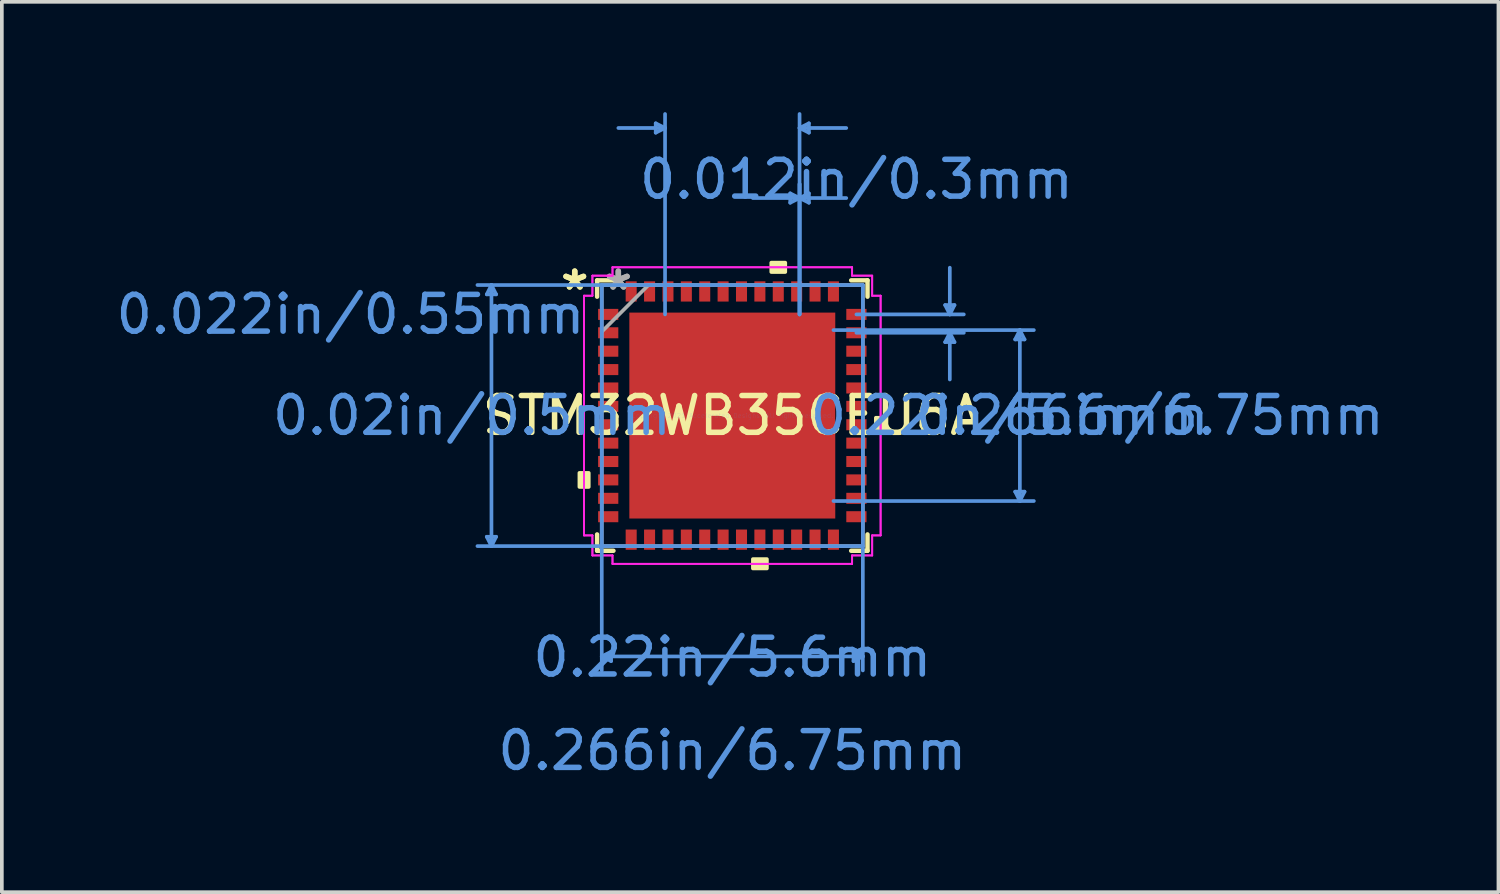
<source format=kicad_pcb>
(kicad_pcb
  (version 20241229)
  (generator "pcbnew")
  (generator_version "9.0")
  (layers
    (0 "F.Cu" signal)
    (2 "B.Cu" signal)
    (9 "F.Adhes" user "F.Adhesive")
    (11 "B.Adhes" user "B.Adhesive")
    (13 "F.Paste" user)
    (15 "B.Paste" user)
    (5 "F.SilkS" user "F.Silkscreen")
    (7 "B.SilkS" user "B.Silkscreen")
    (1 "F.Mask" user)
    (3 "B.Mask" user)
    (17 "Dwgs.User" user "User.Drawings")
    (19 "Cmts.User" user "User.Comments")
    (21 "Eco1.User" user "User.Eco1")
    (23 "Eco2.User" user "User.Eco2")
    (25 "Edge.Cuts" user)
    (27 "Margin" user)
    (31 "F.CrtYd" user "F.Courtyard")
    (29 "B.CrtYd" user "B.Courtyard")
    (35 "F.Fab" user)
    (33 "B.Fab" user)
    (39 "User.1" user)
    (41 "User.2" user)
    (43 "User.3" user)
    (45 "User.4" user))
  (footprint "STM32WB35CEU6A"
    (layer "F.Cu")
    (at 16.865 8.251)
    (property "Reference" "STM32WB35CEU6A" (at 0 0 0) (layer "F.SilkS") (effects (font (size 1 1) (thickness 0.15))))
    (attr through_hole)
    (fp_line (start -3.677 -3.677) (end -3.677 -3.232) (stroke (width 0.12) (type solid)) (layer "F.SilkS"))
    (fp_line (start -3.677 3.232) (end -3.677 3.677) (stroke (width 0.12) (type solid)) (layer "F.SilkS"))
    (fp_line (start -3.677 3.677) (end -3.232 3.677) (stroke (width 0.12) (type solid)) (layer "F.SilkS"))
    (fp_line (start -3.232 -3.677) (end -3.677 -3.677) (stroke (width 0.12) (type solid)) (layer "F.SilkS"))
    (fp_line (start 3.232 3.677) (end 3.677 3.677) (stroke (width 0.12) (type solid)) (layer "F.SilkS"))
    (fp_line (start 3.677 -3.677) (end 3.232 -3.677) (stroke (width 0.12) (type solid)) (layer "F.SilkS"))
    (fp_line (start 3.677 -3.232) (end 3.677 -3.677) (stroke (width 0.12) (type solid)) (layer "F.SilkS"))
    (fp_line (start 3.677 3.677) (end 3.677 3.232) (stroke (width 0.12) (type solid)) (layer "F.SilkS"))
    (fp_poly (pts (xy -4.158 1.56) (xy -4.158 1.941) (xy -3.904 1.941) (xy -3.904 1.56)) (stroke (width 0.1) (type solid)) (fill yes) (layer "F.SilkS"))
    (fp_poly (pts (xy 0.56 3.904) (xy 0.56 4.158) (xy 0.941 4.158) (xy 0.941 3.904)) (stroke (width 0.1) (type solid)) (fill yes) (layer "F.SilkS"))
    (fp_poly (pts (xy 1.06 -3.904) (xy 1.06 -4.158) (xy 1.44 -4.158) (xy 1.44 -3.904)) (stroke (width 0.1) (type solid)) (fill yes) (layer "F.SilkS"))
    (fp_poly (pts (xy 4.158 0.06) (xy 4.158 0.441) (xy 3.904 0.441) (xy 3.904 0.06)) (stroke (width 0.1) (type solid)) (fill yes) (layer "F.SilkS"))
    (fp_poly (pts (xy -2.7 -2.7) (xy -2.7 -1.5) (xy -1.5 -1.5) (xy -1.5 -2.7)) (stroke (width 0.1) (type solid)) (fill yes) (layer "F.Paste"))
    (fp_poly (pts (xy -2.7 -1.3) (xy -2.7 -0.1) (xy -1.5 -0.1) (xy -1.5 -1.3)) (stroke (width 0.1) (type solid)) (fill yes) (layer "F.Paste"))
    (fp_poly (pts (xy -2.7 0.1) (xy -2.7 1.3) (xy -1.5 1.3) (xy -1.5 0.1)) (stroke (width 0.1) (type solid)) (fill yes) (layer "F.Paste"))
    (fp_poly (pts (xy -2.7 1.5) (xy -2.7 2.7) (xy -1.5 2.7) (xy -1.5 1.5)) (stroke (width 0.1) (type solid)) (fill yes) (layer "F.Paste"))
    (fp_poly (pts (xy -1.3 -2.7) (xy -1.3 -1.5) (xy -0.1 -1.5) (xy -0.1 -2.7)) (stroke (width 0.1) (type solid)) (fill yes) (layer "F.Paste"))
    (fp_poly (pts (xy -1.3 -1.3) (xy -1.3 -0.1) (xy -0.1 -0.1) (xy -0.1 -1.3)) (stroke (width 0.1) (type solid)) (fill yes) (layer "F.Paste"))
    (fp_poly (pts (xy -1.3 0.1) (xy -1.3 1.3) (xy -0.1 1.3) (xy -0.1 0.1)) (stroke (width 0.1) (type solid)) (fill yes) (layer "F.Paste"))
    (fp_poly (pts (xy -1.3 1.5) (xy -1.3 2.7) (xy -0.1 2.7) (xy -0.1 1.5)) (stroke (width 0.1) (type solid)) (fill yes) (layer "F.Paste"))
    (fp_poly (pts (xy 0.1 -2.7) (xy 0.1 -1.5) (xy 1.3 -1.5) (xy 1.3 -2.7)) (stroke (width 0.1) (type solid)) (fill yes) (layer "F.Paste"))
    (fp_poly (pts (xy 0.1 -1.3) (xy 0.1 -0.1) (xy 1.3 -0.1) (xy 1.3 -1.3)) (stroke (width 0.1) (type solid)) (fill yes) (layer "F.Paste"))
    (fp_poly (pts (xy 0.1 0.1) (xy 0.1 1.3) (xy 1.3 1.3) (xy 1.3 0.1)) (stroke (width 0.1) (type solid)) (fill yes) (layer "F.Paste"))
    (fp_poly (pts (xy 0.1 1.5) (xy 0.1 2.7) (xy 1.3 2.7) (xy 1.3 1.5)) (stroke (width 0.1) (type solid)) (fill yes) (layer "F.Paste"))
    (fp_poly (pts (xy 1.5 -2.7) (xy 1.5 -1.5) (xy 2.7 -1.5) (xy 2.7 -2.7)) (stroke (width 0.1) (type solid)) (fill yes) (layer "F.Paste"))
    (fp_poly (pts (xy 1.5 -1.3) (xy 1.5 -0.1) (xy 2.7 -0.1) (xy 2.7 -1.3)) (stroke (width 0.1) (type solid)) (fill yes) (layer "F.Paste"))
    (fp_poly (pts (xy 1.5 0.1) (xy 1.5 1.3) (xy 2.7 1.3) (xy 2.7 0.1)) (stroke (width 0.1) (type solid)) (fill yes) (layer "F.Paste"))
    (fp_poly (pts (xy 1.5 1.5) (xy 1.5 2.7) (xy 2.7 2.7) (xy 2.7 1.5)) (stroke (width 0.1) (type solid)) (fill yes) (layer "F.Paste"))
    (fp_line (start -6.677 -3.296) (end -6.423 -3.296) (stroke (width 0.1) (type solid)) (layer "Cmts.User"))
    (fp_line (start -6.677 3.296) (end -6.423 3.296) (stroke (width 0.1) (type solid)) (layer "Cmts.User"))
    (fp_line (start -6.55 -3.55) (end -6.677 -3.296) (stroke (width 0.1) (type solid)) (layer "Cmts.User"))
    (fp_line (start -6.55 -3.55) (end -6.55 3.55) (stroke (width 0.1) (type solid)) (layer "Cmts.User"))
    (fp_line (start -6.55 -3.55) (end -6.423 -3.296) (stroke (width 0.1) (type solid)) (layer "Cmts.User"))
    (fp_line (start -6.55 3.55) (end -6.677 3.296) (stroke (width 0.1) (type solid)) (layer "Cmts.User"))
    (fp_line (start -6.55 3.55) (end -6.423 3.296) (stroke (width 0.1) (type solid)) (layer "Cmts.User"))
    (fp_line (start -3.55 -3.55) (end -3.55 6.931) (stroke (width 0.1) (type solid)) (layer "Cmts.User"))
    (fp_line (start -3.55 6.55) (end -3.296 6.423) (stroke (width 0.1) (type solid)) (layer "Cmts.User"))
    (fp_line (start -3.55 6.55) (end -3.296 6.677) (stroke (width 0.1) (type solid)) (layer "Cmts.User"))
    (fp_line (start -3.55 6.55) (end 3.55 6.55) (stroke (width 0.1) (type solid)) (layer "Cmts.User"))
    (fp_line (start -3.296 6.423) (end -3.296 6.677) (stroke (width 0.1) (type solid)) (layer "Cmts.User"))
    (fp_line (start -2.083 -7.947) (end -2.083 -7.693) (stroke (width 0.1) (type solid)) (layer "Cmts.User"))
    (fp_line (start -1.829 -7.82) (end -3.099 -7.82) (stroke (width 0.1) (type solid)) (layer "Cmts.User"))
    (fp_line (start -1.829 -7.82) (end -2.083 -7.947) (stroke (width 0.1) (type solid)) (layer "Cmts.User"))
    (fp_line (start -1.829 -7.82) (end -2.083 -7.693) (stroke (width 0.1) (type solid)) (layer "Cmts.User"))
    (fp_line (start -1.829 -2.751) (end -1.829 -8.201) (stroke (width 0.1) (type solid)) (layer "Cmts.User"))
    (fp_line (start 1.575 -6.042) (end 1.575 -5.788) (stroke (width 0.1) (type solid)) (layer "Cmts.User"))
    (fp_line (start 1.829 -7.82) (end 2.083 -7.947) (stroke (width 0.1) (type solid)) (layer "Cmts.User"))
    (fp_line (start 1.829 -7.82) (end 2.083 -7.693) (stroke (width 0.1) (type solid)) (layer "Cmts.User"))
    (fp_line (start 1.829 -7.82) (end 3.099 -7.82) (stroke (width 0.1) (type solid)) (layer "Cmts.User"))
    (fp_line (start 1.829 -5.915) (end 0.559 -5.915) (stroke (width 0.1) (type solid)) (layer "Cmts.User"))
    (fp_line (start 1.829 -5.915) (end 1.575 -6.042) (stroke (width 0.1) (type solid)) (layer "Cmts.User"))
    (fp_line (start 1.829 -5.915) (end 1.575 -5.788) (stroke (width 0.1) (type solid)) (layer "Cmts.User"))
    (fp_line (start 1.829 -5.915) (end 2.083 -6.042) (stroke (width 0.1) (type solid)) (layer "Cmts.User"))
    (fp_line (start 1.829 -5.915) (end 2.083 -5.788) (stroke (width 0.1) (type solid)) (layer "Cmts.User"))
    (fp_line (start 1.829 -5.915) (end 3.099 -5.915) (stroke (width 0.1) (type solid)) (layer "Cmts.User"))
    (fp_line (start 1.829 -2.751) (end 1.829 -8.201) (stroke (width 0.1) (type solid)) (layer "Cmts.User"))
    (fp_line (start 1.829 -2.751) (end 1.829 -6.296) (stroke (width 0.1) (type solid)) (layer "Cmts.User"))
    (fp_line (start 1.829 -2.751) (end 1.829 -6.296) (stroke (width 0.1) (type solid)) (layer "Cmts.User"))
    (fp_line (start 2.083 -7.947) (end 2.083 -7.693) (stroke (width 0.1) (type solid)) (layer "Cmts.User"))
    (fp_line (start 2.083 -6.042) (end 2.083 -5.788) (stroke (width 0.1) (type solid)) (layer "Cmts.User"))
    (fp_line (start 2.751 -2.324) (end 8.201 -2.324) (stroke (width 0.1) (type solid)) (layer "Cmts.User"))
    (fp_line (start 2.751 2.324) (end 8.201 2.324) (stroke (width 0.1) (type solid)) (layer "Cmts.User"))
    (fp_line (start 3.296 6.423) (end 3.296 6.677) (stroke (width 0.1) (type solid)) (layer "Cmts.User"))
    (fp_line (start 3.375 -2.751) (end 6.296 -2.751) (stroke (width 0.1) (type solid)) (layer "Cmts.User"))
    (fp_line (start 3.375 -2.251) (end 6.296 -2.251) (stroke (width 0.1) (type solid)) (layer "Cmts.User"))
    (fp_line (start 3.55 -3.55) (end -6.931 -3.55) (stroke (width 0.1) (type solid)) (layer "Cmts.User"))
    (fp_line (start 3.55 -3.55) (end 3.55 6.931) (stroke (width 0.1) (type solid)) (layer "Cmts.User"))
    (fp_line (start 3.55 3.55) (end -6.931 3.55) (stroke (width 0.1) (type solid)) (layer "Cmts.User"))
    (fp_line (start 3.55 6.55) (end 3.296 6.423) (stroke (width 0.1) (type solid)) (layer "Cmts.User"))
    (fp_line (start 3.55 6.55) (end 3.296 6.677) (stroke (width 0.1) (type solid)) (layer "Cmts.User"))
    (fp_line (start 5.788 -3.005) (end 6.042 -3.005) (stroke (width 0.1) (type solid)) (layer "Cmts.User"))
    (fp_line (start 5.788 -1.997) (end 6.042 -1.997) (stroke (width 0.1) (type solid)) (layer "Cmts.User"))
    (fp_line (start 5.915 -2.751) (end 5.788 -3.005) (stroke (width 0.1) (type solid)) (layer "Cmts.User"))
    (fp_line (start 5.915 -2.751) (end 5.915 -4.021) (stroke (width 0.1) (type solid)) (layer "Cmts.User"))
    (fp_line (start 5.915 -2.751) (end 6.042 -3.005) (stroke (width 0.1) (type solid)) (layer "Cmts.User"))
    (fp_line (start 5.915 -2.251) (end 5.788 -1.997) (stroke (width 0.1) (type solid)) (layer "Cmts.User"))
    (fp_line (start 5.915 -2.251) (end 5.915 -0.981) (stroke (width 0.1) (type solid)) (layer "Cmts.User"))
    (fp_line (start 5.915 -2.251) (end 6.042 -1.997) (stroke (width 0.1) (type solid)) (layer "Cmts.User"))
    (fp_line (start 7.693 -2.07) (end 7.947 -2.07) (stroke (width 0.1) (type solid)) (layer "Cmts.User"))
    (fp_line (start 7.693 2.07) (end 7.947 2.07) (stroke (width 0.1) (type solid)) (layer "Cmts.User"))
    (fp_line (start 7.82 -2.324) (end 7.693 -2.07) (stroke (width 0.1) (type solid)) (layer "Cmts.User"))
    (fp_line (start 7.82 -2.324) (end 7.82 2.324) (stroke (width 0.1) (type solid)) (layer "Cmts.User"))
    (fp_line (start 7.82 -2.324) (end 7.947 -2.07) (stroke (width 0.1) (type solid)) (layer "Cmts.User"))
    (fp_line (start 7.82 2.324) (end 7.693 2.07) (stroke (width 0.1) (type solid)) (layer "Cmts.User"))
    (fp_line (start 7.82 2.324) (end 7.947 2.07) (stroke (width 0.1) (type solid)) (layer "Cmts.User"))
    (fp_line (start -4.033 -3.259) (end -3.804 -3.259) (stroke (width 0.05) (type solid)) (layer "F.CrtYd"))
    (fp_line (start -4.033 -3.259) (end -3.804 -3.259) (stroke (width 0.05) (type solid)) (layer "F.CrtYd"))
    (fp_line (start -4.033 3.259) (end -4.033 -3.259) (stroke (width 0.05) (type solid)) (layer "F.CrtYd"))
    (fp_line (start -4.033 3.259) (end -4.033 -3.259) (stroke (width 0.05) (type solid)) (layer "F.CrtYd"))
    (fp_line (start -3.804 -3.804) (end -3.258 -3.804) (stroke (width 0.05) (type solid)) (layer "F.CrtYd"))
    (fp_line (start -3.804 -3.804) (end -3.258 -3.804) (stroke (width 0.05) (type solid)) (layer "F.CrtYd"))
    (fp_line (start -3.804 -3.259) (end -3.804 -3.804) (stroke (width 0.05) (type solid)) (layer "F.CrtYd"))
    (fp_line (start -3.804 -3.259) (end -3.804 -3.804) (stroke (width 0.05) (type solid)) (layer "F.CrtYd"))
    (fp_line (start -3.804 3.259) (end -4.033 3.259) (stroke (width 0.05) (type solid)) (layer "F.CrtYd"))
    (fp_line (start -3.804 3.259) (end -4.033 3.259) (stroke (width 0.05) (type solid)) (layer "F.CrtYd"))
    (fp_line (start -3.804 3.804) (end -3.804 3.259) (stroke (width 0.05) (type solid)) (layer "F.CrtYd"))
    (fp_line (start -3.804 3.804) (end -3.804 3.259) (stroke (width 0.05) (type solid)) (layer "F.CrtYd"))
    (fp_line (start -3.258 -4.033) (end 3.258 -4.033) (stroke (width 0.05) (type solid)) (layer "F.CrtYd"))
    (fp_line (start -3.258 -4.033) (end 3.258 -4.033) (stroke (width 0.05) (type solid)) (layer "F.CrtYd"))
    (fp_line (start -3.258 -3.804) (end -3.258 -4.033) (stroke (width 0.05) (type solid)) (layer "F.CrtYd"))
    (fp_line (start -3.258 -3.804) (end -3.258 -4.033) (stroke (width 0.05) (type solid)) (layer "F.CrtYd"))
    (fp_line (start -3.258 3.804) (end -3.804 3.804) (stroke (width 0.05) (type solid)) (layer "F.CrtYd"))
    (fp_line (start -3.258 3.804) (end -3.804 3.804) (stroke (width 0.05) (type solid)) (layer "F.CrtYd"))
    (fp_line (start -3.258 4.033) (end -3.258 3.804) (stroke (width 0.05) (type solid)) (layer "F.CrtYd"))
    (fp_line (start -3.258 4.033) (end -3.258 3.804) (stroke (width 0.05) (type solid)) (layer "F.CrtYd"))
    (fp_line (start 3.258 -4.033) (end 3.258 -3.804) (stroke (width 0.05) (type solid)) (layer "F.CrtYd"))
    (fp_line (start 3.258 -4.033) (end 3.258 -3.804) (stroke (width 0.05) (type solid)) (layer "F.CrtYd"))
    (fp_line (start 3.258 -3.804) (end 3.804 -3.804) (stroke (width 0.05) (type solid)) (layer "F.CrtYd"))
    (fp_line (start 3.258 -3.804) (end 3.804 -3.804) (stroke (width 0.05) (type solid)) (layer "F.CrtYd"))
    (fp_line (start 3.258 3.804) (end 3.258 4.033) (stroke (width 0.05) (type solid)) (layer "F.CrtYd"))
    (fp_line (start 3.258 3.804) (end 3.258 4.033) (stroke (width 0.05) (type solid)) (layer "F.CrtYd"))
    (fp_line (start 3.258 4.033) (end -3.258 4.033) (stroke (width 0.05) (type solid)) (layer "F.CrtYd"))
    (fp_line (start 3.258 4.033) (end -3.258 4.033) (stroke (width 0.05) (type solid)) (layer "F.CrtYd"))
    (fp_line (start 3.804 -3.804) (end 3.804 -3.259) (stroke (width 0.05) (type solid)) (layer "F.CrtYd"))
    (fp_line (start 3.804 -3.804) (end 3.804 -3.259) (stroke (width 0.05) (type solid)) (layer "F.CrtYd"))
    (fp_line (start 3.804 -3.259) (end 4.033 -3.259) (stroke (width 0.05) (type solid)) (layer "F.CrtYd"))
    (fp_line (start 3.804 -3.259) (end 4.033 -3.259) (stroke (width 0.05) (type solid)) (layer "F.CrtYd"))
    (fp_line (start 3.804 3.259) (end 3.804 3.804) (stroke (width 0.05) (type solid)) (layer "F.CrtYd"))
    (fp_line (start 3.804 3.259) (end 3.804 3.804) (stroke (width 0.05) (type solid)) (layer "F.CrtYd"))
    (fp_line (start 3.804 3.804) (end 3.258 3.804) (stroke (width 0.05) (type solid)) (layer "F.CrtYd"))
    (fp_line (start 3.804 3.804) (end 3.258 3.804) (stroke (width 0.05) (type solid)) (layer "F.CrtYd"))
    (fp_line (start 4.033 -3.259) (end 4.033 3.259) (stroke (width 0.05) (type solid)) (layer "F.CrtYd"))
    (fp_line (start 4.033 -3.259) (end 4.033 3.259) (stroke (width 0.05) (type solid)) (layer "F.CrtYd"))
    (fp_line (start 4.033 3.259) (end 3.804 3.259) (stroke (width 0.05) (type solid)) (layer "F.CrtYd"))
    (fp_line (start 4.033 3.259) (end 3.804 3.259) (stroke (width 0.05) (type solid)) (layer "F.CrtYd"))
    (fp_line (start -3.55 -3.55) (end -3.55 3.55) (stroke (width 0.1) (type solid)) (layer "F.Fab"))
    (fp_line (start -3.55 -2.28) (end -2.28 -3.55) (stroke (width 0.1) (type solid)) (layer "F.Fab"))
    (fp_line (start -3.55 3.55) (end 3.55 3.55) (stroke (width 0.1) (type solid)) (layer "F.Fab"))
    (fp_line (start 3.55 -3.55) (end -3.55 -3.55) (stroke (width 0.1) (type solid)) (layer "F.Fab"))
    (fp_line (start 3.55 3.55) (end 3.55 -3.55) (stroke (width 0.1) (type solid)) (layer "F.Fab"))
    (fp_text user "*" (at -4.285 -3.382 0) (layer "F.SilkS") (effects (font (size 1 1) (thickness 0.15))))
    (fp_text user "*" (at -4.285 -3.382 0) (layer "F.SilkS") (effects (font (size 1 1) (thickness 0.15))))
    (fp_text user "0.266in/6.75mm" (at 0 9.113 0) (layer "Cmts.User") (effects (font (size 1 1) (thickness 0.15))))
    (fp_text user "Copyright 2021 Accelerated Designs. All rights reserved." (at 0 0 0) (layer "Cmts.User") (effects (font (size 0.127 0.127) (thickness 0.002))))
    (fp_text user "0.022in/0.55mm" (at -10.383 -2.751 0) (layer "Cmts.User") (effects (font (size 1 1) (thickness 0.15))))
    (fp_text user "0.02in/0.5mm" (at -7.081 0 0) (layer "Cmts.User") (effects (font (size 1 1) (thickness 0.15))))
    (fp_text user "0.22in/5.6mm" (at 7.543 0 0) (layer "Cmts.User") (effects (font (size 1 1) (thickness 0.15))))
    (fp_text user "0.22in/5.6mm" (at 0 6.573 0) (layer "Cmts.User") (effects (font (size 1 1) (thickness 0.15))))
    (fp_text user "0.266in/6.75mm" (at 11.353 0 0) (layer "Cmts.User") (effects (font (size 1 1) (thickness 0.15))))
    (fp_text user "0.012in/0.3mm" (at 3.375 -6.423 0) (layer "Cmts.User") (effects (font (size 1 1) (thickness 0.15))))
    (fp_text user "*" (at -3.1 -3.382 0) (layer "F.Fab") (effects (font (size 1 1) (thickness 0.15))))
    (fp_text user "*" (at -3.1 -3.382 0) (layer "F.Fab") (effects (font (size 1 1) (thickness 0.15))))
    (pad "1" smd rect (at -3.375 -2.751 90) (size 0.3 0.55) (layers "F.Cu" "F.Mask" "F.Paste"))
    (pad "2" smd rect (at -3.375 -2.251 90) (size 0.3 0.55) (layers "F.Cu" "F.Mask" "F.Paste"))
    (pad "3" smd rect (at -3.375 -1.75 90) (size 0.3 0.55) (layers "F.Cu" "F.Mask" "F.Paste"))
    (pad "4" smd rect (at -3.375 -1.25 90) (size 0.3 0.55) (layers "F.Cu" "F.Mask" "F.Paste"))
    (pad "5" smd rect (at -3.375 -0.75 90) (size 0.3 0.55) (layers "F.Cu" "F.Mask" "F.Paste"))
    (pad "6" smd rect (at -3.375 -0.25 90) (size 0.3 0.55) (layers "F.Cu" "F.Mask" "F.Paste"))
    (pad "7" smd rect (at -3.375 0.25 90) (size 0.3 0.55) (layers "F.Cu" "F.Mask" "F.Paste"))
    (pad "8" smd rect (at -3.375 0.75 90) (size 0.3 0.55) (layers "F.Cu" "F.Mask" "F.Paste"))
    (pad "9" smd rect (at -3.375 1.25 90) (size 0.3 0.55) (layers "F.Cu" "F.Mask" "F.Paste"))
    (pad "10" smd rect (at -3.375 1.75 90) (size 0.3 0.55) (layers "F.Cu" "F.Mask" "F.Paste"))
    (pad "11" smd rect (at -3.375 2.251 90) (size 0.3 0.55) (layers "F.Cu" "F.Mask" "F.Paste"))
    (pad "12" smd rect (at -3.375 2.751 90) (size 0.3 0.55) (layers "F.Cu" "F.Mask" "F.Paste"))
    (pad "13" smd rect (at -2.75 3.375) (size 0.3 0.55) (layers "F.Cu" "F.Mask" "F.Paste"))
    (pad "14" smd rect (at -2.25 3.375) (size 0.3 0.55) (layers "F.Cu" "F.Mask" "F.Paste"))
    (pad "15" smd rect (at -1.75 3.375) (size 0.3 0.55) (layers "F.Cu" "F.Mask" "F.Paste"))
    (pad "16" smd rect (at -1.25 3.375) (size 0.3 0.55) (layers "F.Cu" "F.Mask" "F.Paste"))
    (pad "17" smd rect (at -0.75 3.375) (size 0.3 0.55) (layers "F.Cu" "F.Mask" "F.Paste"))
    (pad "18" smd rect (at -0.25 3.375) (size 0.3 0.55) (layers "F.Cu" "F.Mask" "F.Paste"))
    (pad "19" smd rect (at 0.25 3.375) (size 0.3 0.55) (layers "F.Cu" "F.Mask" "F.Paste"))
    (pad "20" smd rect (at 0.75 3.375) (size 0.3 0.55) (layers "F.Cu" "F.Mask" "F.Paste"))
    (pad "21" smd rect (at 1.25 3.375) (size 0.3 0.55) (layers "F.Cu" "F.Mask" "F.Paste"))
    (pad "22" smd rect (at 1.75 3.375) (size 0.3 0.55) (layers "F.Cu" "F.Mask" "F.Paste"))
    (pad "23" smd rect (at 2.25 3.375) (size 0.3 0.55) (layers "F.Cu" "F.Mask" "F.Paste"))
    (pad "24" smd rect (at 2.75 3.375) (size 0.3 0.55) (layers "F.Cu" "F.Mask" "F.Paste"))
    (pad "25" smd rect (at 3.375 2.751 90) (size 0.3 0.55) (layers "F.Cu" "F.Mask" "F.Paste"))
    (pad "26" smd rect (at 3.375 2.251 90) (size 0.3 0.55) (layers "F.Cu" "F.Mask" "F.Paste"))
    (pad "27" smd rect (at 3.375 1.75 90) (size 0.3 0.55) (layers "F.Cu" "F.Mask" "F.Paste"))
    (pad "28" smd rect (at 3.375 1.25 90) (size 0.3 0.55) (layers "F.Cu" "F.Mask" "F.Paste"))
    (pad "29" smd rect (at 3.375 0.75 90) (size 0.3 0.55) (layers "F.Cu" "F.Mask" "F.Paste"))
    (pad "30" smd rect (at 3.375 0.25 90) (size 0.3 0.55) (layers "F.Cu" "F.Mask" "F.Paste"))
    (pad "31" smd rect (at 3.375 -0.25 90) (size 0.3 0.55) (layers "F.Cu" "F.Mask" "F.Paste"))
    (pad "32" smd rect (at 3.375 -0.75 90) (size 0.3 0.55) (layers "F.Cu" "F.Mask" "F.Paste"))
    (pad "33" smd rect (at 3.375 -1.25 90) (size 0.3 0.55) (layers "F.Cu" "F.Mask" "F.Paste"))
    (pad "34" smd rect (at 3.375 -1.75 90) (size 0.3 0.55) (layers "F.Cu" "F.Mask" "F.Paste"))
    (pad "35" smd rect (at 3.375 -2.251 90) (size 0.3 0.55) (layers "F.Cu" "F.Mask" "F.Paste"))
    (pad "36" smd rect (at 3.375 -2.751 90) (size 0.3 0.55) (layers "F.Cu" "F.Mask" "F.Paste"))
    (pad "37" smd rect (at 2.75 -3.375) (size 0.3 0.55) (layers "F.Cu" "F.Mask" "F.Paste"))
    (pad "38" smd rect (at 2.25 -3.375) (size 0.3 0.55) (layers "F.Cu" "F.Mask" "F.Paste"))
    (pad "39" smd rect (at 1.75 -3.375) (size 0.3 0.55) (layers "F.Cu" "F.Mask" "F.Paste"))
    (pad "40" smd rect (at 1.25 -3.375) (size 0.3 0.55) (layers "F.Cu" "F.Mask" "F.Paste"))
    (pad "41" smd rect (at 0.75 -3.375) (size 0.3 0.55) (layers "F.Cu" "F.Mask" "F.Paste"))
    (pad "42" smd rect (at 0.25 -3.375) (size 0.3 0.55) (layers "F.Cu" "F.Mask" "F.Paste"))
    (pad "43" smd rect (at -0.25 -3.375) (size 0.3 0.55) (layers "F.Cu" "F.Mask" "F.Paste"))
    (pad "44" smd rect (at -0.75 -3.375) (size 0.3 0.55) (layers "F.Cu" "F.Mask" "F.Paste"))
    (pad "45" smd rect (at -1.25 -3.375) (size 0.3 0.55) (layers "F.Cu" "F.Mask" "F.Paste"))
    (pad "46" smd rect (at -1.75 -3.375) (size 0.3 0.55) (layers "F.Cu" "F.Mask" "F.Paste"))
    (pad "47" smd rect (at -2.25 -3.375) (size 0.3 0.55) (layers "F.Cu" "F.Mask" "F.Paste"))
    (pad "48" smd rect (at -2.75 -3.375) (size 0.3 0.55) (layers "F.Cu" "F.Mask" "F.Paste"))
    (pad "49" smd rect (at 0 0) (size 5.6 5.6) (layers "F.Cu" "F.Mask")))
  (gr_rect
    (start -3 -3)
    (end 37.7 21.212)
    (stroke (width 0.1) (type default))
    (fill no)
    (layer "Edge.Cuts")))
</source>
